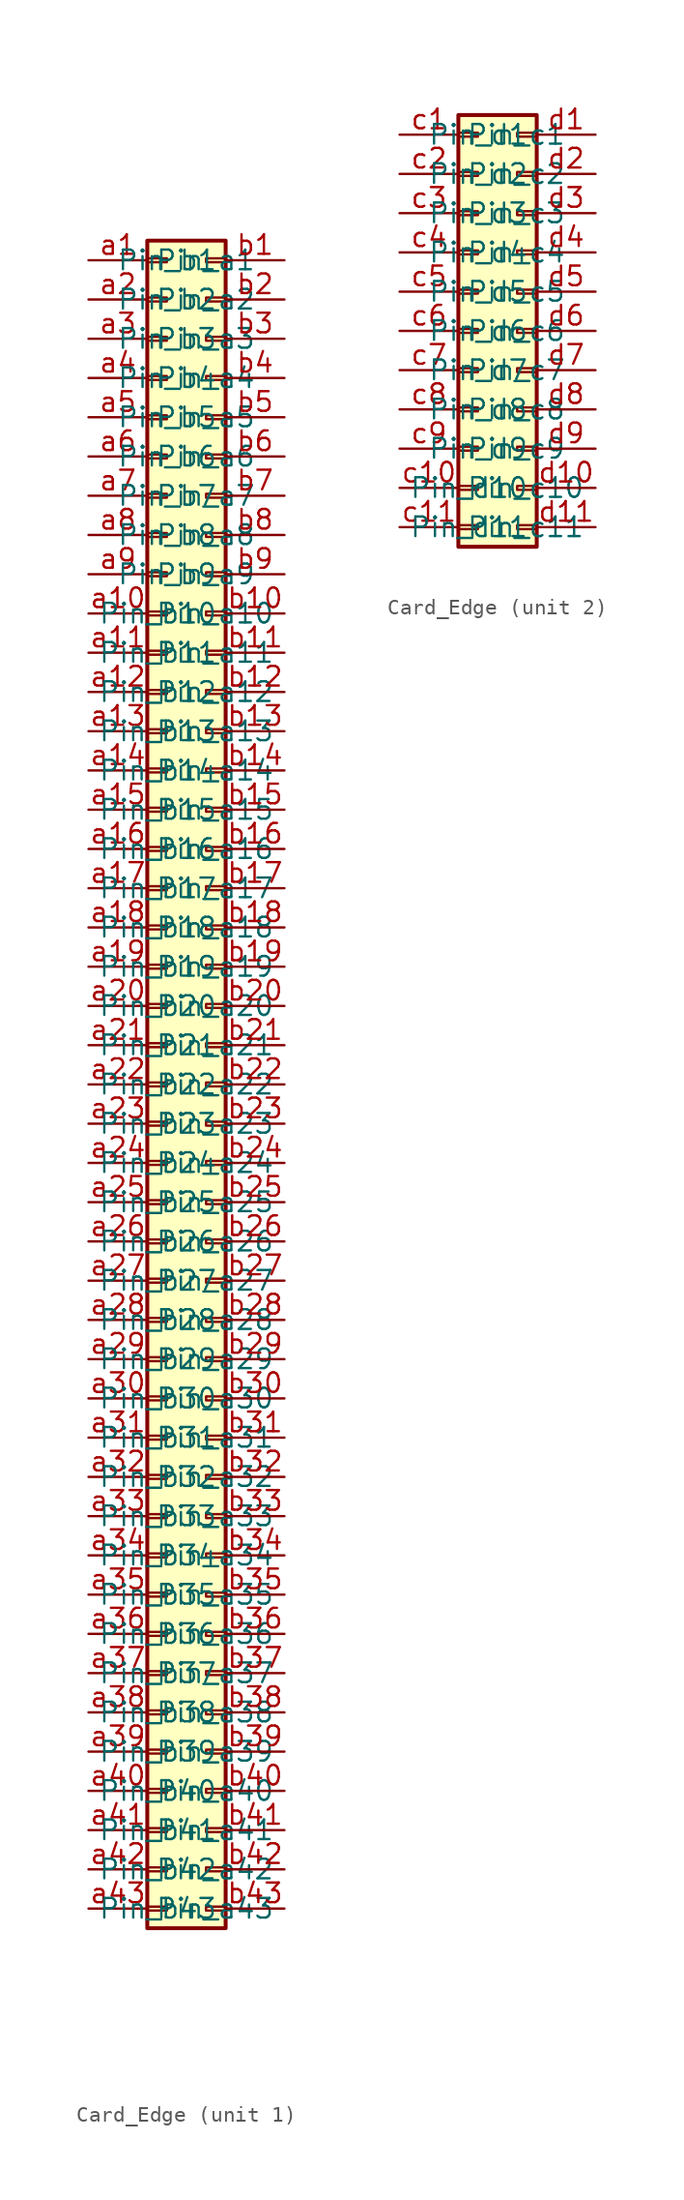
<source format=kicad_sym>
(kicad_symbol_lib
  (version 20241209)
  (generator "kicad_symbol_editor")
  (generator_version "9.0")
  (symbol "Card_Edge"
    (property "Reference" "PL"
      (at 0 0 0)
      (effects (font (size 1.27 1.27)) (hide yes)))
    (property "Value" ""
      (at 0 0 0)
      (effects (font (size 1.27 1.27))))
    (property "ki_locked" ""
      (at 0 0 0)
      (effects (font (size 1.27 1.27))))
    (symbol "Card_Edge_1_1"
      (rectangle (start -2.54 54.61) (end 2.54 -54.61) (stroke (width 0.254) (type default)) (fill (type background)))
      (rectangle (start -2.54 53.467) (end -1.27 53.213) (stroke (width 0.152) (type default)) (fill (type none)))
      (rectangle (start -2.54 50.927) (end -1.27 50.673) (stroke (width 0.152) (type default)) (fill (type none)))
      (rectangle (start -2.54 48.387) (end -1.27 48.133) (stroke (width 0.152) (type default)) (fill (type none)))
      (rectangle (start -2.54 45.847) (end -1.27 45.593) (stroke (width 0.152) (type default)) (fill (type none)))
      (rectangle (start -2.54 43.307) (end -1.27 43.053) (stroke (width 0.152) (type default)) (fill (type none)))
      (rectangle (start -2.54 40.767) (end -1.27 40.513) (stroke (width 0.152) (type default)) (fill (type none)))
      (rectangle (start -2.54 38.227) (end -1.27 37.973) (stroke (width 0.152) (type default)) (fill (type none)))
      (rectangle (start -2.54 35.687) (end -1.27 35.433) (stroke (width 0.152) (type default)) (fill (type none)))
      (rectangle (start -2.54 33.147) (end -1.27 32.893) (stroke (width 0.152) (type default)) (fill (type none)))
      (rectangle (start -2.54 30.607) (end -1.27 30.353) (stroke (width 0.152) (type default)) (fill (type none)))
      (rectangle (start -2.54 28.067) (end -1.27 27.813) (stroke (width 0.152) (type default)) (fill (type none)))
      (rectangle (start -2.54 25.527) (end -1.27 25.273) (stroke (width 0.152) (type default)) (fill (type none)))
      (rectangle (start -2.54 22.987) (end -1.27 22.733) (stroke (width 0.152) (type default)) (fill (type none)))
      (rectangle (start -2.54 20.447) (end -1.27 20.193) (stroke (width 0.152) (type default)) (fill (type none)))
      (rectangle (start -2.54 17.907) (end -1.27 17.653) (stroke (width 0.152) (type default)) (fill (type none)))
      (rectangle (start -2.54 15.367) (end -1.27 15.113) (stroke (width 0.152) (type default)) (fill (type none)))
      (rectangle (start -2.54 12.827) (end -1.27 12.573) (stroke (width 0.152) (type default)) (fill (type none)))
      (rectangle (start -2.54 10.287) (end -1.27 10.033) (stroke (width 0.152) (type default)) (fill (type none)))
      (rectangle (start -2.54 7.747) (end -1.27 7.493) (stroke (width 0.152) (type default)) (fill (type none)))
      (rectangle (start -2.54 5.207) (end -1.27 4.953) (stroke (width 0.152) (type default)) (fill (type none)))
      (rectangle (start -2.54 2.667) (end -1.27 2.413) (stroke (width 0.152) (type default)) (fill (type none)))
      (rectangle (start -2.54 0.127) (end -1.27 -0.127) (stroke (width 0.152) (type default)) (fill (type none)))
      (rectangle (start -2.54 -2.413) (end -1.27 -2.667) (stroke (width 0.152) (type default)) (fill (type none)))
      (rectangle (start -2.54 -4.953) (end -1.27 -5.207) (stroke (width 0.152) (type default)) (fill (type none)))
      (rectangle (start -2.54 -7.493) (end -1.27 -7.747) (stroke (width 0.152) (type default)) (fill (type none)))
      (rectangle (start -2.54 -10.033) (end -1.27 -10.287) (stroke (width 0.152) (type default)) (fill (type none)))
      (rectangle (start -2.54 -12.573) (end -1.27 -12.827) (stroke (width 0.152) (type default)) (fill (type none)))
      (rectangle (start -2.54 -15.113) (end -1.27 -15.367) (stroke (width 0.152) (type default)) (fill (type none)))
      (rectangle (start -2.54 -17.653) (end -1.27 -17.907) (stroke (width 0.152) (type default)) (fill (type none)))
      (rectangle (start -2.54 -20.193) (end -1.27 -20.447) (stroke (width 0.152) (type default)) (fill (type none)))
      (rectangle (start -2.54 -22.733) (end -1.27 -22.987) (stroke (width 0.152) (type default)) (fill (type none)))
      (rectangle (start -2.54 -25.273) (end -1.27 -25.527) (stroke (width 0.152) (type default)) (fill (type none)))
      (rectangle (start -2.54 -27.813) (end -1.27 -28.067) (stroke (width 0.152) (type default)) (fill (type none)))
      (rectangle (start -2.54 -30.353) (end -1.27 -30.607) (stroke (width 0.152) (type default)) (fill (type none)))
      (rectangle (start -2.54 -32.893) (end -1.27 -33.147) (stroke (width 0.152) (type default)) (fill (type none)))
      (rectangle (start -2.54 -35.433) (end -1.27 -35.687) (stroke (width 0.152) (type default)) (fill (type none)))
      (rectangle (start -2.54 -37.973) (end -1.27 -38.227) (stroke (width 0.152) (type default)) (fill (type none)))
      (rectangle (start -2.54 -40.513) (end -1.27 -40.767) (stroke (width 0.152) (type default)) (fill (type none)))
      (rectangle (start -2.54 -43.053) (end -1.27 -43.307) (stroke (width 0.152) (type default)) (fill (type none)))
      (rectangle (start -2.54 -45.593) (end -1.27 -45.847) (stroke (width 0.152) (type default)) (fill (type none)))
      (rectangle (start -2.54 -48.133) (end -1.27 -48.387) (stroke (width 0.152) (type default)) (fill (type none)))
      (rectangle (start -2.54 -50.673) (end -1.27 -50.927) (stroke (width 0.152) (type default)) (fill (type none)))
      (rectangle (start -2.54 -53.213) (end -1.27 -53.467) (stroke (width 0.152) (type default)) (fill (type none)))
      (rectangle (start 2.54 53.467) (end 1.27 53.213) (stroke (width 0.152) (type default)) (fill (type none)))
      (rectangle (start 2.54 50.927) (end 1.27 50.673) (stroke (width 0.152) (type default)) (fill (type none)))
      (rectangle (start 2.54 48.387) (end 1.27 48.133) (stroke (width 0.152) (type default)) (fill (type none)))
      (rectangle (start 2.54 45.847) (end 1.27 45.593) (stroke (width 0.152) (type default)) (fill (type none)))
      (rectangle (start 2.54 43.307) (end 1.27 43.053) (stroke (width 0.152) (type default)) (fill (type none)))
      (rectangle (start 2.54 40.767) (end 1.27 40.513) (stroke (width 0.152) (type default)) (fill (type none)))
      (rectangle (start 2.54 38.227) (end 1.27 37.973) (stroke (width 0.152) (type default)) (fill (type none)))
      (rectangle (start 2.54 35.687) (end 1.27 35.433) (stroke (width 0.152) (type default)) (fill (type none)))
      (rectangle (start 2.54 33.147) (end 1.27 32.893) (stroke (width 0.152) (type default)) (fill (type none)))
      (rectangle (start 2.54 30.607) (end 1.27 30.353) (stroke (width 0.152) (type default)) (fill (type none)))
      (rectangle (start 2.54 28.067) (end 1.27 27.813) (stroke (width 0.152) (type default)) (fill (type none)))
      (rectangle (start 2.54 25.527) (end 1.27 25.273) (stroke (width 0.152) (type default)) (fill (type none)))
      (rectangle (start 2.54 22.987) (end 1.27 22.733) (stroke (width 0.152) (type default)) (fill (type none)))
      (rectangle (start 2.54 20.447) (end 1.27 20.193) (stroke (width 0.152) (type default)) (fill (type none)))
      (rectangle (start 2.54 17.907) (end 1.27 17.653) (stroke (width 0.152) (type default)) (fill (type none)))
      (rectangle (start 2.54 15.367) (end 1.27 15.113) (stroke (width 0.152) (type default)) (fill (type none)))
      (rectangle (start 2.54 12.827) (end 1.27 12.573) (stroke (width 0.152) (type default)) (fill (type none)))
      (rectangle (start 2.54 10.287) (end 1.27 10.033) (stroke (width 0.152) (type default)) (fill (type none)))
      (rectangle (start 2.54 7.747) (end 1.27 7.493) (stroke (width 0.152) (type default)) (fill (type none)))
      (rectangle (start 2.54 5.207) (end 1.27 4.953) (stroke (width 0.152) (type default)) (fill (type none)))
      (rectangle (start 2.54 2.667) (end 1.27 2.413) (stroke (width 0.152) (type default)) (fill (type none)))
      (rectangle (start 2.54 0.127) (end 1.27 -0.127) (stroke (width 0.152) (type default)) (fill (type none)))
      (rectangle (start 2.54 -2.413) (end 1.27 -2.667) (stroke (width 0.152) (type default)) (fill (type none)))
      (rectangle (start 2.54 -4.953) (end 1.27 -5.207) (stroke (width 0.152) (type default)) (fill (type none)))
      (rectangle (start 2.54 -7.493) (end 1.27 -7.747) (stroke (width 0.152) (type default)) (fill (type none)))
      (rectangle (start 2.54 -10.033) (end 1.27 -10.287) (stroke (width 0.152) (type default)) (fill (type none)))
      (rectangle (start 2.54 -12.573) (end 1.27 -12.827) (stroke (width 0.152) (type default)) (fill (type none)))
      (rectangle (start 2.54 -15.113) (end 1.27 -15.367) (stroke (width 0.152) (type default)) (fill (type none)))
      (rectangle (start 2.54 -17.653) (end 1.27 -17.907) (stroke (width 0.152) (type default)) (fill (type none)))
      (rectangle (start 2.54 -20.193) (end 1.27 -20.447) (stroke (width 0.152) (type default)) (fill (type none)))
      (rectangle (start 2.54 -22.733) (end 1.27 -22.987) (stroke (width 0.152) (type default)) (fill (type none)))
      (rectangle (start 2.54 -25.273) (end 1.27 -25.527) (stroke (width 0.152) (type default)) (fill (type none)))
      (rectangle (start 2.54 -27.813) (end 1.27 -28.067) (stroke (width 0.152) (type default)) (fill (type none)))
      (rectangle (start 2.54 -30.353) (end 1.27 -30.607) (stroke (width 0.152) (type default)) (fill (type none)))
      (rectangle (start 2.54 -32.893) (end 1.27 -33.147) (stroke (width 0.152) (type default)) (fill (type none)))
      (rectangle (start 2.54 -35.433) (end 1.27 -35.687) (stroke (width 0.152) (type default)) (fill (type none)))
      (rectangle (start 2.54 -37.973) (end 1.27 -38.227) (stroke (width 0.152) (type default)) (fill (type none)))
      (rectangle (start 2.54 -40.513) (end 1.27 -40.767) (stroke (width 0.152) (type default)) (fill (type none)))
      (rectangle (start 2.54 -43.053) (end 1.27 -43.307) (stroke (width 0.152) (type default)) (fill (type none)))
      (rectangle (start 2.54 -45.593) (end 1.27 -45.847) (stroke (width 0.152) (type default)) (fill (type none)))
      (rectangle (start 2.54 -48.133) (end 1.27 -48.387) (stroke (width 0.152) (type default)) (fill (type none)))
      (rectangle (start 2.54 -50.673) (end 1.27 -50.927) (stroke (width 0.152) (type default)) (fill (type none)))
      (rectangle (start 2.54 -53.213) (end 1.27 -53.467) (stroke (width 0.152) (type default)) (fill (type none)))
      (pin passive line (at -6.35 53.34 0) (length 3.81) (name "Pin_a1" (effects (font (size 1.27 1.27)))) (number "a1" (effects (font (size 1.27 1.27)))))
      (pin passive line (at -6.35 50.8 0) (length 3.81) (name "Pin_a2" (effects (font (size 1.27 1.27)))) (number "a2" (effects (font (size 1.27 1.27)))))
      (pin passive line (at -6.35 48.26 0) (length 3.81) (name "Pin_a3" (effects (font (size 1.27 1.27)))) (number "a3" (effects (font (size 1.27 1.27)))))
      (pin passive line (at -6.35 45.72 0) (length 3.81) (name "Pin_a4" (effects (font (size 1.27 1.27)))) (number "a4" (effects (font (size 1.27 1.27)))))
      (pin passive line (at -6.35 43.18 0) (length 3.81) (name "Pin_a5" (effects (font (size 1.27 1.27)))) (number "a5" (effects (font (size 1.27 1.27)))))
      (pin passive line (at -6.35 40.64 0) (length 3.81) (name "Pin_a6" (effects (font (size 1.27 1.27)))) (number "a6" (effects (font (size 1.27 1.27)))))
      (pin passive line (at -6.35 38.1 0) (length 3.81) (name "Pin_a7" (effects (font (size 1.27 1.27)))) (number "a7" (effects (font (size 1.27 1.27)))))
      (pin passive line (at -6.35 35.56 0) (length 3.81) (name "Pin_a8" (effects (font (size 1.27 1.27)))) (number "a8" (effects (font (size 1.27 1.27)))))
      (pin passive line (at -6.35 33.02 0) (length 3.81) (name "Pin_a9" (effects (font (size 1.27 1.27)))) (number "a9" (effects (font (size 1.27 1.27)))))
      (pin passive line (at -6.35 30.48 0) (length 3.81) (name "Pin_a10" (effects (font (size 1.27 1.27)))) (number "a10" (effects (font (size 1.27 1.27)))))
      (pin passive line (at -6.35 27.94 0) (length 3.81) (name "Pin_a11" (effects (font (size 1.27 1.27)))) (number "a11" (effects (font (size 1.27 1.27)))))
      (pin passive line (at -6.35 25.4 0) (length 3.81) (name "Pin_a12" (effects (font (size 1.27 1.27)))) (number "a12" (effects (font (size 1.27 1.27)))))
      (pin passive line (at -6.35 22.86 0) (length 3.81) (name "Pin_a13" (effects (font (size 1.27 1.27)))) (number "a13" (effects (font (size 1.27 1.27)))))
      (pin passive line (at -6.35 20.32 0) (length 3.81) (name "Pin_a14" (effects (font (size 1.27 1.27)))) (number "a14" (effects (font (size 1.27 1.27)))))
      (pin passive line (at -6.35 17.78 0) (length 3.81) (name "Pin_a15" (effects (font (size 1.27 1.27)))) (number "a15" (effects (font (size 1.27 1.27)))))
      (pin passive line (at -6.35 15.24 0) (length 3.81) (name "Pin_a16" (effects (font (size 1.27 1.27)))) (number "a16" (effects (font (size 1.27 1.27)))))
      (pin passive line (at -6.35 12.7 0) (length 3.81) (name "Pin_a17" (effects (font (size 1.27 1.27)))) (number "a17" (effects (font (size 1.27 1.27)))))
      (pin passive line (at -6.35 10.16 0) (length 3.81) (name "Pin_a18" (effects (font (size 1.27 1.27)))) (number "a18" (effects (font (size 1.27 1.27)))))
      (pin passive line (at -6.35 7.62 0) (length 3.81) (name "Pin_a19" (effects (font (size 1.27 1.27)))) (number "a19" (effects (font (size 1.27 1.27)))))
      (pin passive line (at -6.35 5.08 0) (length 3.81) (name "Pin_a20" (effects (font (size 1.27 1.27)))) (number "a20" (effects (font (size 1.27 1.27)))))
      (pin passive line (at -6.35 2.54 0) (length 3.81) (name "Pin_a21" (effects (font (size 1.27 1.27)))) (number "a21" (effects (font (size 1.27 1.27)))))
      (pin passive line (at -6.35 0 0) (length 3.81) (name "Pin_a22" (effects (font (size 1.27 1.27)))) (number "a22" (effects (font (size 1.27 1.27)))))
      (pin passive line (at -6.35 -2.54 0) (length 3.81) (name "Pin_a23" (effects (font (size 1.27 1.27)))) (number "a23" (effects (font (size 1.27 1.27)))))
      (pin passive line (at -6.35 -5.08 0) (length 3.81) (name "Pin_a24" (effects (font (size 1.27 1.27)))) (number "a24" (effects (font (size 1.27 1.27)))))
      (pin passive line (at -6.35 -7.62 0) (length 3.81) (name "Pin_a25" (effects (font (size 1.27 1.27)))) (number "a25" (effects (font (size 1.27 1.27)))))
      (pin passive line (at -6.35 -10.16 0) (length 3.81) (name "Pin_a26" (effects (font (size 1.27 1.27)))) (number "a26" (effects (font (size 1.27 1.27)))))
      (pin passive line (at -6.35 -12.7 0) (length 3.81) (name "Pin_a27" (effects (font (size 1.27 1.27)))) (number "a27" (effects (font (size 1.27 1.27)))))
      (pin passive line (at -6.35 -15.24 0) (length 3.81) (name "Pin_a28" (effects (font (size 1.27 1.27)))) (number "a28" (effects (font (size 1.27 1.27)))))
      (pin passive line (at -6.35 -17.78 0) (length 3.81) (name "Pin_a29" (effects (font (size 1.27 1.27)))) (number "a29" (effects (font (size 1.27 1.27)))))
      (pin passive line (at -6.35 -20.32 0) (length 3.81) (name "Pin_a30" (effects (font (size 1.27 1.27)))) (number "a30" (effects (font (size 1.27 1.27)))))
      (pin passive line (at -6.35 -22.86 0) (length 3.81) (name "Pin_a31" (effects (font (size 1.27 1.27)))) (number "a31" (effects (font (size 1.27 1.27)))))
      (pin passive line (at -6.35 -25.4 0) (length 3.81) (name "Pin_a32" (effects (font (size 1.27 1.27)))) (number "a32" (effects (font (size 1.27 1.27)))))
      (pin passive line (at -6.35 -27.94 0) (length 3.81) (name "Pin_a33" (effects (font (size 1.27 1.27)))) (number "a33" (effects (font (size 1.27 1.27)))))
      (pin passive line (at -6.35 -30.48 0) (length 3.81) (name "Pin_a34" (effects (font (size 1.27 1.27)))) (number "a34" (effects (font (size 1.27 1.27)))))
      (pin passive line (at -6.35 -33.02 0) (length 3.81) (name "Pin_a35" (effects (font (size 1.27 1.27)))) (number "a35" (effects (font (size 1.27 1.27)))))
      (pin passive line (at -6.35 -35.56 0) (length 3.81) (name "Pin_a36" (effects (font (size 1.27 1.27)))) (number "a36" (effects (font (size 1.27 1.27)))))
      (pin passive line (at -6.35 -38.1 0) (length 3.81) (name "Pin_a37" (effects (font (size 1.27 1.27)))) (number "a37" (effects (font (size 1.27 1.27)))))
      (pin passive line (at -6.35 -40.64 0) (length 3.81) (name "Pin_a38" (effects (font (size 1.27 1.27)))) (number "a38" (effects (font (size 1.27 1.27)))))
      (pin passive line (at -6.35 -43.18 0) (length 3.81) (name "Pin_a39" (effects (font (size 1.27 1.27)))) (number "a39" (effects (font (size 1.27 1.27)))))
      (pin passive line (at -6.35 -45.72 0) (length 3.81) (name "Pin_a40" (effects (font (size 1.27 1.27)))) (number "a40" (effects (font (size 1.27 1.27)))))
      (pin passive line (at -6.35 -48.26 0) (length 3.81) (name "Pin_a41" (effects (font (size 1.27 1.27)))) (number "a41" (effects (font (size 1.27 1.27)))))
      (pin passive line (at -6.35 -50.8 0) (length 3.81) (name "Pin_a42" (effects (font (size 1.27 1.27)))) (number "a42" (effects (font (size 1.27 1.27)))))
      (pin passive line (at -6.35 -53.34 0) (length 3.81) (name "Pin_a43" (effects (font (size 1.27 1.27)))) (number "a43" (effects (font (size 1.27 1.27)))))
      (pin passive line (at 6.35 53.34 180) (length 3.81) (name "Pin_b1" (effects (font (size 1.27 1.27)))) (number "b1" (effects (font (size 1.27 1.27)))))
      (pin passive line (at 6.35 50.8 180) (length 3.81) (name "Pin_b2" (effects (font (size 1.27 1.27)))) (number "b2" (effects (font (size 1.27 1.27)))))
      (pin passive line (at 6.35 48.26 180) (length 3.81) (name "Pin_b3" (effects (font (size 1.27 1.27)))) (number "b3" (effects (font (size 1.27 1.27)))))
      (pin passive line (at 6.35 45.72 180) (length 3.81) (name "Pin_b4" (effects (font (size 1.27 1.27)))) (number "b4" (effects (font (size 1.27 1.27)))))
      (pin passive line (at 6.35 43.18 180) (length 3.81) (name "Pin_b5" (effects (font (size 1.27 1.27)))) (number "b5" (effects (font (size 1.27 1.27)))))
      (pin passive line (at 6.35 40.64 180) (length 3.81) (name "Pin_b6" (effects (font (size 1.27 1.27)))) (number "b6" (effects (font (size 1.27 1.27)))))
      (pin passive line (at 6.35 38.1 180) (length 3.81) (name "Pin_b7" (effects (font (size 1.27 1.27)))) (number "b7" (effects (font (size 1.27 1.27)))))
      (pin passive line (at 6.35 35.56 180) (length 3.81) (name "Pin_b8" (effects (font (size 1.27 1.27)))) (number "b8" (effects (font (size 1.27 1.27)))))
      (pin passive line (at 6.35 33.02 180) (length 3.81) (name "Pin_b9" (effects (font (size 1.27 1.27)))) (number "b9" (effects (font (size 1.27 1.27)))))
      (pin passive line (at 6.35 30.48 180) (length 3.81) (name "Pin_b10" (effects (font (size 1.27 1.27)))) (number "b10" (effects (font (size 1.27 1.27)))))
      (pin passive line (at 6.35 27.94 180) (length 3.81) (name "Pin_b11" (effects (font (size 1.27 1.27)))) (number "b11" (effects (font (size 1.27 1.27)))))
      (pin passive line (at 6.35 25.4 180) (length 3.81) (name "Pin_b12" (effects (font (size 1.27 1.27)))) (number "b12" (effects (font (size 1.27 1.27)))))
      (pin passive line (at 6.35 22.86 180) (length 3.81) (name "Pin_b13" (effects (font (size 1.27 1.27)))) (number "b13" (effects (font (size 1.27 1.27)))))
      (pin passive line (at 6.35 20.32 180) (length 3.81) (name "Pin_b14" (effects (font (size 1.27 1.27)))) (number "b14" (effects (font (size 1.27 1.27)))))
      (pin passive line (at 6.35 17.78 180) (length 3.81) (name "Pin_b15" (effects (font (size 1.27 1.27)))) (number "b15" (effects (font (size 1.27 1.27)))))
      (pin passive line (at 6.35 15.24 180) (length 3.81) (name "Pin_b16" (effects (font (size 1.27 1.27)))) (number "b16" (effects (font (size 1.27 1.27)))))
      (pin passive line (at 6.35 12.7 180) (length 3.81) (name "Pin_b17" (effects (font (size 1.27 1.27)))) (number "b17" (effects (font (size 1.27 1.27)))))
      (pin passive line (at 6.35 10.16 180) (length 3.81) (name "Pin_b18" (effects (font (size 1.27 1.27)))) (number "b18" (effects (font (size 1.27 1.27)))))
      (pin passive line (at 6.35 7.62 180) (length 3.81) (name "Pin_b19" (effects (font (size 1.27 1.27)))) (number "b19" (effects (font (size 1.27 1.27)))))
      (pin passive line (at 6.35 5.08 180) (length 3.81) (name "Pin_b20" (effects (font (size 1.27 1.27)))) (number "b20" (effects (font (size 1.27 1.27)))))
      (pin passive line (at 6.35 2.54 180) (length 3.81) (name "Pin_b21" (effects (font (size 1.27 1.27)))) (number "b21" (effects (font (size 1.27 1.27)))))
      (pin passive line (at 6.35 0 180) (length 3.81) (name "Pin_b22" (effects (font (size 1.27 1.27)))) (number "b22" (effects (font (size 1.27 1.27)))))
      (pin passive line (at 6.35 -2.54 180) (length 3.81) (name "Pin_b23" (effects (font (size 1.27 1.27)))) (number "b23" (effects (font (size 1.27 1.27)))))
      (pin passive line (at 6.35 -5.08 180) (length 3.81) (name "Pin_b24" (effects (font (size 1.27 1.27)))) (number "b24" (effects (font (size 1.27 1.27)))))
      (pin passive line (at 6.35 -7.62 180) (length 3.81) (name "Pin_b25" (effects (font (size 1.27 1.27)))) (number "b25" (effects (font (size 1.27 1.27)))))
      (pin passive line (at 6.35 -10.16 180) (length 3.81) (name "Pin_b26" (effects (font (size 1.27 1.27)))) (number "b26" (effects (font (size 1.27 1.27)))))
      (pin passive line (at 6.35 -12.7 180) (length 3.81) (name "Pin_b27" (effects (font (size 1.27 1.27)))) (number "b27" (effects (font (size 1.27 1.27)))))
      (pin passive line (at 6.35 -15.24 180) (length 3.81) (name "Pin_b28" (effects (font (size 1.27 1.27)))) (number "b28" (effects (font (size 1.27 1.27)))))
      (pin passive line (at 6.35 -17.78 180) (length 3.81) (name "Pin_b29" (effects (font (size 1.27 1.27)))) (number "b29" (effects (font (size 1.27 1.27)))))
      (pin passive line (at 6.35 -20.32 180) (length 3.81) (name "Pin_b30" (effects (font (size 1.27 1.27)))) (number "b30" (effects (font (size 1.27 1.27)))))
      (pin passive line (at 6.35 -22.86 180) (length 3.81) (name "Pin_b31" (effects (font (size 1.27 1.27)))) (number "b31" (effects (font (size 1.27 1.27)))))
      (pin passive line (at 6.35 -25.4 180) (length 3.81) (name "Pin_b32" (effects (font (size 1.27 1.27)))) (number "b32" (effects (font (size 1.27 1.27)))))
      (pin passive line (at 6.35 -27.94 180) (length 3.81) (name "Pin_b33" (effects (font (size 1.27 1.27)))) (number "b33" (effects (font (size 1.27 1.27)))))
      (pin passive line (at 6.35 -30.48 180) (length 3.81) (name "Pin_b34" (effects (font (size 1.27 1.27)))) (number "b34" (effects (font (size 1.27 1.27)))))
      (pin passive line (at 6.35 -33.02 180) (length 3.81) (name "Pin_b35" (effects (font (size 1.27 1.27)))) (number "b35" (effects (font (size 1.27 1.27)))))
      (pin passive line (at 6.35 -35.56 180) (length 3.81) (name "Pin_b36" (effects (font (size 1.27 1.27)))) (number "b36" (effects (font (size 1.27 1.27)))))
      (pin passive line (at 6.35 -38.1 180) (length 3.81) (name "Pin_b37" (effects (font (size 1.27 1.27)))) (number "b37" (effects (font (size 1.27 1.27)))))
      (pin passive line (at 6.35 -40.64 180) (length 3.81) (name "Pin_b38" (effects (font (size 1.27 1.27)))) (number "b38" (effects (font (size 1.27 1.27)))))
      (pin passive line (at 6.35 -43.18 180) (length 3.81) (name "Pin_b39" (effects (font (size 1.27 1.27)))) (number "b39" (effects (font (size 1.27 1.27)))))
      (pin passive line (at 6.35 -45.72 180) (length 3.81) (name "Pin_b40" (effects (font (size 1.27 1.27)))) (number "b40" (effects (font (size 1.27 1.27)))))
      (pin passive line (at 6.35 -48.26 180) (length 3.81) (name "Pin_b41" (effects (font (size 1.27 1.27)))) (number "b41" (effects (font (size 1.27 1.27)))))
      (pin passive line (at 6.35 -50.8 180) (length 3.81) (name "Pin_b42" (effects (font (size 1.27 1.27)))) (number "b42" (effects (font (size 1.27 1.27)))))
      (pin passive line (at 6.35 -53.34 180) (length 3.81) (name "Pin_b43" (effects (font (size 1.27 1.27)))) (number "b43" (effects (font (size 1.27 1.27))))))
    (symbol "Card_Edge_2_1"
      (rectangle (start -2.54 13.97) (end 2.54 -13.97) (stroke (width 0.254) (type default)) (fill (type background)))
      (rectangle (start -2.54 12.827) (end -1.27 12.573) (stroke (width 0.152) (type default)) (fill (type none)))
      (rectangle (start -2.54 10.287) (end -1.27 10.033) (stroke (width 0.152) (type default)) (fill (type none)))
      (rectangle (start -2.54 7.747) (end -1.27 7.493) (stroke (width 0.152) (type default)) (fill (type none)))
      (rectangle (start -2.54 5.207) (end -1.27 4.953) (stroke (width 0.152) (type default)) (fill (type none)))
      (rectangle (start -2.54 2.667) (end -1.27 2.413) (stroke (width 0.152) (type default)) (fill (type none)))
      (rectangle (start -2.54 0.127) (end -1.27 -0.127) (stroke (width 0.152) (type default)) (fill (type none)))
      (rectangle (start -2.54 -2.413) (end -1.27 -2.667) (stroke (width 0.152) (type default)) (fill (type none)))
      (rectangle (start -2.54 -4.953) (end -1.27 -5.207) (stroke (width 0.152) (type default)) (fill (type none)))
      (rectangle (start -2.54 -7.493) (end -1.27 -7.747) (stroke (width 0.152) (type default)) (fill (type none)))
      (rectangle (start -2.54 -10.033) (end -1.27 -10.287) (stroke (width 0.152) (type default)) (fill (type none)))
      (rectangle (start -2.54 -12.573) (end -1.27 -12.827) (stroke (width 0.152) (type default)) (fill (type none)))
      (rectangle (start 2.54 12.827) (end 1.27 12.573) (stroke (width 0.152) (type default)) (fill (type none)))
      (rectangle (start 2.54 10.287) (end 1.27 10.033) (stroke (width 0.152) (type default)) (fill (type none)))
      (rectangle (start 2.54 7.747) (end 1.27 7.493) (stroke (width 0.152) (type default)) (fill (type none)))
      (rectangle (start 2.54 5.207) (end 1.27 4.953) (stroke (width 0.152) (type default)) (fill (type none)))
      (rectangle (start 2.54 2.667) (end 1.27 2.413) (stroke (width 0.152) (type default)) (fill (type none)))
      (rectangle (start 2.54 0.127) (end 1.27 -0.127) (stroke (width 0.152) (type default)) (fill (type none)))
      (rectangle (start 2.54 -2.413) (end 1.27 -2.667) (stroke (width 0.152) (type default)) (fill (type none)))
      (rectangle (start 2.54 -4.953) (end 1.27 -5.207) (stroke (width 0.152) (type default)) (fill (type none)))
      (rectangle (start 2.54 -7.493) (end 1.27 -7.747) (stroke (width 0.152) (type default)) (fill (type none)))
      (rectangle (start 2.54 -10.033) (end 1.27 -10.287) (stroke (width 0.152) (type default)) (fill (type none)))
      (rectangle (start 2.54 -12.573) (end 1.27 -12.827) (stroke (width 0.152) (type default)) (fill (type none)))
      (pin passive line (at -6.35 12.7 0) (length 3.81) (name "Pin_c1" (effects (font (size 1.27 1.27)))) (number "c1" (effects (font (size 1.27 1.27)))))
      (pin passive line (at -6.35 10.16 0) (length 3.81) (name "Pin_c2" (effects (font (size 1.27 1.27)))) (number "c2" (effects (font (size 1.27 1.27)))))
      (pin passive line (at -6.35 7.62 0) (length 3.81) (name "Pin_c3" (effects (font (size 1.27 1.27)))) (number "c3" (effects (font (size 1.27 1.27)))))
      (pin passive line (at -6.35 5.08 0) (length 3.81) (name "Pin_c4" (effects (font (size 1.27 1.27)))) (number "c4" (effects (font (size 1.27 1.27)))))
      (pin passive line (at -6.35 2.54 0) (length 3.81) (name "Pin_c5" (effects (font (size 1.27 1.27)))) (number "c5" (effects (font (size 1.27 1.27)))))
      (pin passive line (at -6.35 0 0) (length 3.81) (name "Pin_c6" (effects (font (size 1.27 1.27)))) (number "c6" (effects (font (size 1.27 1.27)))))
      (pin passive line (at -6.35 -2.54 0) (length 3.81) (name "Pin_c7" (effects (font (size 1.27 1.27)))) (number "c7" (effects (font (size 1.27 1.27)))))
      (pin passive line (at -6.35 -5.08 0) (length 3.81) (name "Pin_c8" (effects (font (size 1.27 1.27)))) (number "c8" (effects (font (size 1.27 1.27)))))
      (pin passive line (at -6.35 -7.62 0) (length 3.81) (name "Pin_c9" (effects (font (size 1.27 1.27)))) (number "c9" (effects (font (size 1.27 1.27)))))
      (pin passive line (at -6.35 -10.16 0) (length 3.81) (name "Pin_c10" (effects (font (size 1.27 1.27)))) (number "c10" (effects (font (size 1.27 1.27)))))
      (pin passive line (at -6.35 -12.7 0) (length 3.81) (name "Pin_c11" (effects (font (size 1.27 1.27)))) (number "c11" (effects (font (size 1.27 1.27)))))
      (pin passive line (at 6.35 12.7 180) (length 3.81) (name "Pin_d1" (effects (font (size 1.27 1.27)))) (number "d1" (effects (font (size 1.27 1.27)))))
      (pin passive line (at 6.35 10.16 180) (length 3.81) (name "Pin_d2" (effects (font (size 1.27 1.27)))) (number "d2" (effects (font (size 1.27 1.27)))))
      (pin passive line (at 6.35 7.62 180) (length 3.81) (name "Pin_d3" (effects (font (size 1.27 1.27)))) (number "d3" (effects (font (size 1.27 1.27)))))
      (pin passive line (at 6.35 5.08 180) (length 3.81) (name "Pin_d4" (effects (font (size 1.27 1.27)))) (number "d4" (effects (font (size 1.27 1.27)))))
      (pin passive line (at 6.35 2.54 180) (length 3.81) (name "Pin_d5" (effects (font (size 1.27 1.27)))) (number "d5" (effects (font (size 1.27 1.27)))))
      (pin passive line (at 6.35 0 180) (length 3.81) (name "Pin_d6" (effects (font (size 1.27 1.27)))) (number "d6" (effects (font (size 1.27 1.27)))))
      (pin passive line (at 6.35 -2.54 180) (length 3.81) (name "Pin_d7" (effects (font (size 1.27 1.27)))) (number "d7" (effects (font (size 1.27 1.27)))))
      (pin passive line (at 6.35 -5.08 180) (length 3.81) (name "Pin_d8" (effects (font (size 1.27 1.27)))) (number "d8" (effects (font (size 1.27 1.27)))))
      (pin passive line (at 6.35 -7.62 180) (length 3.81) (name "Pin_d9" (effects (font (size 1.27 1.27)))) (number "d9" (effects (font (size 1.27 1.27)))))
      (pin passive line (at 6.35 -10.16 180) (length 3.81) (name "Pin_d10" (effects (font (size 1.27 1.27)))) (number "d10" (effects (font (size 1.27 1.27)))))
      (pin passive line (at 6.35 -12.7 180) (length 3.81) (name "Pin_d11" (effects (font (size 1.27 1.27)))) (number "d11" (effects (font (size 1.27 1.27))))))))
</source>
